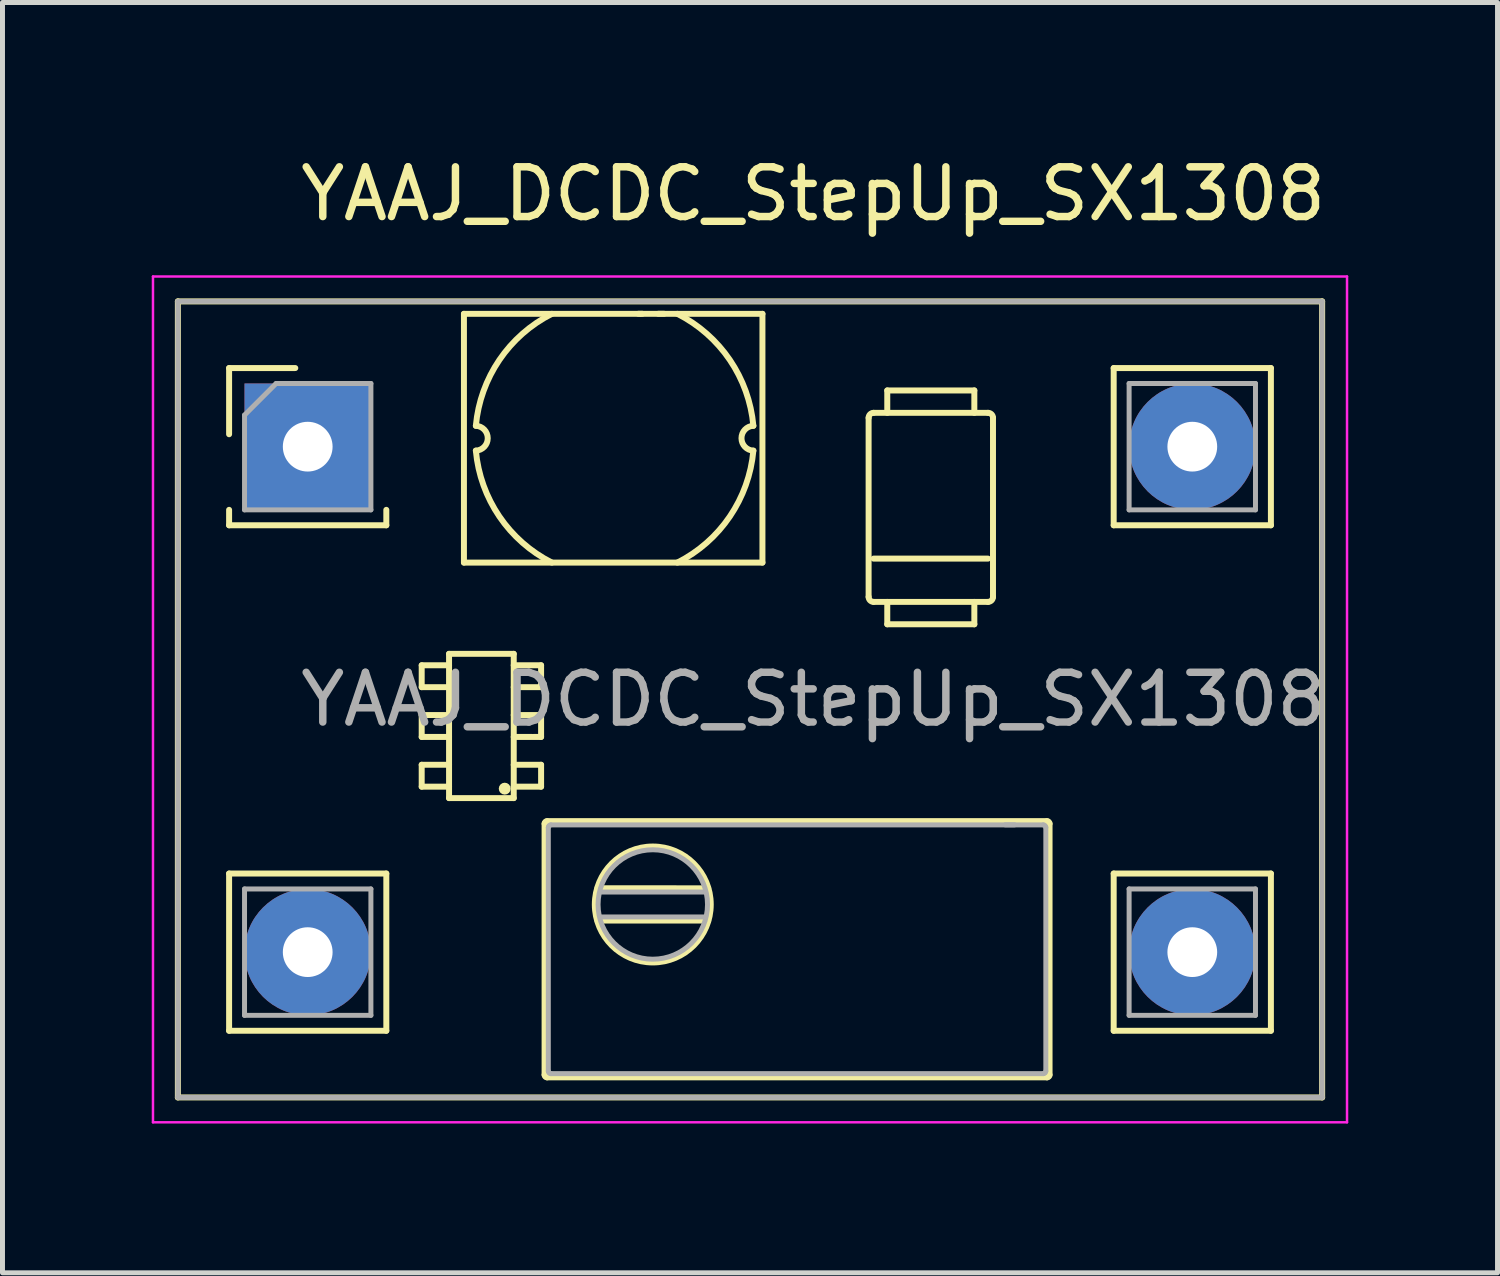
<source format=kicad_pcb>
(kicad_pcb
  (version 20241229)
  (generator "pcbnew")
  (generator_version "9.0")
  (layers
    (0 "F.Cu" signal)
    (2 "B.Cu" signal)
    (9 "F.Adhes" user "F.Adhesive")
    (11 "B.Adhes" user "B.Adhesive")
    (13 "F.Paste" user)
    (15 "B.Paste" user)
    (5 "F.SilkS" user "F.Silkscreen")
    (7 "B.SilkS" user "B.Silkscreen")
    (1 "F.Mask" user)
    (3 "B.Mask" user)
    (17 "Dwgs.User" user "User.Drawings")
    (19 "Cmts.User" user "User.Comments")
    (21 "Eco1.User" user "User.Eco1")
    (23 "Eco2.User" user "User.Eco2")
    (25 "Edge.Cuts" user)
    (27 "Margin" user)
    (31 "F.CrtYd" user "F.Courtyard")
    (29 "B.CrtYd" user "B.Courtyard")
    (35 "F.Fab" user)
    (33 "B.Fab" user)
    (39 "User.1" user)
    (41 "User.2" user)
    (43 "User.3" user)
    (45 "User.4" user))
  (footprint "YAAJ_DCDC_StepUp_SX1308"
    (layer "F.Cu")
    (at 3.135 5.928)
    (property "Reference" "YAAJ_DCDC_StepUp_SX1308" (at 10.16 -5.08 0) (layer "F.SilkS") (effects (font (size 1 1) (thickness 0.15))))
    (attr through_hole)
    (fp_line (start -2.61 -2.92) (end -2.61 13.08) (stroke (width 0.12) (type solid)) (layer "F.SilkS"))
    (fp_line (start -2.61 13.08) (end 20.39 13.08) (stroke (width 0.12) (type solid)) (layer "F.SilkS"))
    (fp_line (start -1.58 -1.58) (end -0.25 -1.58) (stroke (width 0.12) (type solid)) (layer "F.SilkS"))
    (fp_line (start -1.58 -0.25) (end -1.58 -1.58) (stroke (width 0.12) (type solid)) (layer "F.SilkS"))
    (fp_line (start -1.58 1.27) (end -1.58 1.58) (stroke (width 0.12) (type solid)) (layer "F.SilkS"))
    (fp_line (start -1.58 1.58) (end 1.58 1.58) (stroke (width 0.12) (type solid)) (layer "F.SilkS"))
    (fp_line (start -1.58 8.58) (end 1.58 8.58) (stroke (width 0.12) (type solid)) (layer "F.SilkS"))
    (fp_line (start -1.58 11.74) (end -1.58 8.58) (stroke (width 0.12) (type solid)) (layer "F.SilkS"))
    (fp_line (start -1.58 11.74) (end 1.58 11.74) (stroke (width 0.12) (type solid)) (layer "F.SilkS"))
    (fp_line (start 1.58 1.27) (end 1.58 1.58) (stroke (width 0.12) (type solid)) (layer "F.SilkS"))
    (fp_line (start 1.58 8.58) (end 1.58 11.74) (stroke (width 0.12) (type solid)) (layer "F.SilkS"))
    (fp_line (start 2.291 4.394) (end 2.291 4.834) (stroke (width 0.12) (type solid)) (layer "F.SilkS"))
    (fp_line (start 2.291 4.394) (end 2.841 4.394) (stroke (width 0.12) (type solid)) (layer "F.SilkS"))
    (fp_line (start 2.291 4.834) (end 2.841 4.834) (stroke (width 0.12) (type solid)) (layer "F.SilkS"))
    (fp_line (start 2.291 5.394) (end 2.291 5.834) (stroke (width 0.12) (type solid)) (layer "F.SilkS"))
    (fp_line (start 2.291 6.394) (end 2.291 6.834) (stroke (width 0.12) (type solid)) (layer "F.SilkS"))
    (fp_line (start 2.291 6.394) (end 2.841 6.394) (stroke (width 0.12) (type solid)) (layer "F.SilkS"))
    (fp_line (start 2.291 6.834) (end 2.841 6.834) (stroke (width 0.12) (type solid)) (layer "F.SilkS"))
    (fp_line (start 2.841 5.394) (end 2.291 5.394) (stroke (width 0.12) (type solid)) (layer "F.SilkS"))
    (fp_line (start 2.841 5.834) (end 2.291 5.834) (stroke (width 0.12) (type solid)) (layer "F.SilkS"))
    (fp_line (start 2.841 7.064) (end 2.841 4.164) (stroke (width 0.12) (type solid)) (layer "F.SilkS"))
    (fp_line (start 3.14 -2.67) (end 3.14 2.33) (stroke (width 0.12) (type solid)) (layer "F.SilkS"))
    (fp_line (start 3.14 -2.67) (end 9.14 -2.67) (stroke (width 0.12) (type solid)) (layer "F.SilkS"))
    (fp_line (start 4.141 4.164) (end 2.841 4.164) (stroke (width 0.12) (type solid)) (layer "F.SilkS"))
    (fp_line (start 4.141 7.064) (end 2.841 7.064) (stroke (width 0.12) (type solid)) (layer "F.SilkS"))
    (fp_line (start 4.141 7.064) (end 4.141 4.164) (stroke (width 0.12) (type solid)) (layer "F.SilkS"))
    (fp_line (start 4.507 5.834) (end 4.141 5.834) (stroke (width 0.12) (type solid)) (layer "F.SilkS"))
    (fp_line (start 4.691 4.394) (end 4.141 4.394) (stroke (width 0.12) (type solid)) (layer "F.SilkS"))
    (fp_line (start 4.691 4.394) (end 4.691 4.834) (stroke (width 0.12) (type solid)) (layer "F.SilkS"))
    (fp_line (start 4.691 4.834) (end 4.141 4.834) (stroke (width 0.12) (type solid)) (layer "F.SilkS"))
    (fp_line (start 4.691 5.394) (end 4.141 5.394) (stroke (width 0.12) (type solid)) (layer "F.SilkS"))
    (fp_line (start 4.691 5.394) (end 4.691 5.834) (stroke (width 0.12) (type solid)) (layer "F.SilkS"))
    (fp_line (start 4.691 5.834) (end 4.543 5.834) (stroke (width 0.12) (type solid)) (layer "F.SilkS"))
    (fp_line (start 4.691 6.394) (end 4.141 6.394) (stroke (width 0.12) (type solid)) (layer "F.SilkS"))
    (fp_line (start 4.691 6.394) (end 4.691 6.834) (stroke (width 0.12) (type solid)) (layer "F.SilkS"))
    (fp_line (start 4.691 6.834) (end 4.141 6.834) (stroke (width 0.12) (type solid)) (layer "F.SilkS"))
    (fp_line (start 4.761 12.627) (end 4.761 7.577) (stroke (width 0.12) (type solid)) (layer "F.SilkS"))
    (fp_line (start 4.811 7.527) (end 14.861 7.527) (stroke (width 0.12) (type solid)) (layer "F.SilkS"))
    (fp_line (start 5.825 9.525) (end 8.05 9.525) (stroke (width 0.12) (type solid)) (layer "F.SilkS"))
    (fp_line (start 6.674 -2.671) (end 6.647 -2.671) (stroke (width 0.12) (type solid)) (layer "F.SilkS"))
    (fp_line (start 6.724 -2.671) (end 6.703 -2.671) (stroke (width 0.12) (type solid)) (layer "F.SilkS"))
    (fp_line (start 7.161 -2.671) (end 7.048 -2.671) (stroke (width 0.12) (type solid)) (layer "F.SilkS"))
    (fp_line (start 8.05 8.877) (end 5.825 8.875) (stroke (width 0.12) (type solid)) (layer "F.SilkS"))
    (fp_line (start 9.14 2.33) (end 3.14 2.33) (stroke (width 0.12) (type solid)) (layer "F.SilkS"))
    (fp_line (start 9.14 2.33) (end 9.14 -2.67) (stroke (width 0.12) (type solid)) (layer "F.SilkS"))
    (fp_line (start 11.274 3.02) (end 11.274 -0.58) (stroke (width 0.12) (type solid)) (layer "F.SilkS"))
    (fp_line (start 11.374 -0.68) (end 13.674 -0.68) (stroke (width 0.12) (type solid)) (layer "F.SilkS"))
    (fp_line (start 11.649 -1.13) (end 13.399 -1.13) (stroke (width 0.12) (type solid)) (layer "F.SilkS"))
    (fp_line (start 11.649 -0.68) (end 11.649 -1.13) (stroke (width 0.12) (type solid)) (layer "F.SilkS"))
    (fp_line (start 11.649 3.57) (end 11.649 3.12) (stroke (width 0.12) (type solid)) (layer "F.SilkS"))
    (fp_line (start 13.399 -1.13) (end 13.399 -0.68) (stroke (width 0.12) (type solid)) (layer "F.SilkS"))
    (fp_line (start 13.399 3.12) (end 13.399 3.57) (stroke (width 0.12) (type solid)) (layer "F.SilkS"))
    (fp_line (start 13.399 3.57) (end 11.649 3.57) (stroke (width 0.12) (type solid)) (layer "F.SilkS"))
    (fp_line (start 13.674 2.25) (end 11.374 2.25) (stroke (width 0.12) (type solid)) (layer "F.SilkS"))
    (fp_line (start 13.674 3.12) (end 11.374 3.12) (stroke (width 0.12) (type solid)) (layer "F.SilkS"))
    (fp_line (start 13.774 -0.58) (end 13.774 3.02) (stroke (width 0.12) (type solid)) (layer "F.SilkS"))
    (fp_line (start 14.861 12.677) (end 4.811 12.677) (stroke (width 0.12) (type solid)) (layer "F.SilkS"))
    (fp_line (start 14.911 7.577) (end 14.911 12.627) (stroke (width 0.12) (type solid)) (layer "F.SilkS"))
    (fp_line (start 16.2 -1.58) (end 19.36 -1.58) (stroke (width 0.12) (type solid)) (layer "F.SilkS"))
    (fp_line (start 16.2 1.58) (end 16.2 -1.58) (stroke (width 0.12) (type solid)) (layer "F.SilkS"))
    (fp_line (start 16.2 1.58) (end 19.36 1.58) (stroke (width 0.12) (type solid)) (layer "F.SilkS"))
    (fp_line (start 16.2 8.58) (end 19.36 8.58) (stroke (width 0.12) (type solid)) (layer "F.SilkS"))
    (fp_line (start 16.2 11.74) (end 16.2 8.58) (stroke (width 0.12) (type solid)) (layer "F.SilkS"))
    (fp_line (start 16.2 11.74) (end 19.36 11.74) (stroke (width 0.12) (type solid)) (layer "F.SilkS"))
    (fp_line (start 19.36 -1.58) (end 19.36 1.58) (stroke (width 0.12) (type solid)) (layer "F.SilkS"))
    (fp_line (start 19.36 8.58) (end 19.36 11.74) (stroke (width 0.12) (type solid)) (layer "F.SilkS"))
    (fp_line (start 20.39 -2.92) (end -2.61 -2.92) (stroke (width 0.12) (type solid)) (layer "F.SilkS"))
    (fp_line (start 20.39 13.08) (end 20.39 -2.92) (stroke (width 0.12) (type solid)) (layer "F.SilkS"))
    (fp_arc (start 3.379787 -0.41975) (mid 3.618626 -0.17) (end 3.379788 0.07975) (stroke (width 0.12) (type solid)) (layer "F.SilkS"))
    (fp_arc (start 3.379789 -0.41975) (mid 3.852142 -1.74286) (end 4.907675 -2.669999) (stroke (width 0.12) (type solid)) (layer "F.SilkS"))
    (fp_arc (start 4.760943 7.577113) (mid 4.775588 7.541758) (end 4.810943 7.527113) (stroke (width 0.12) (type solid)) (layer "F.SilkS"))
    (fp_arc (start 4.810943 12.677113) (mid 4.775588 12.662468) (end 4.760943 12.627113) (stroke (width 0.12) (type solid)) (layer "F.SilkS"))
    (fp_arc (start 4.907674 2.329999) (mid 3.852141 1.40286) (end 3.379788 0.07975) (stroke (width 0.12) (type solid)) (layer "F.SilkS"))
    (fp_arc (start 7.42958 -2.669999) (mid 8.485113 -1.74286) (end 8.957466 -0.41975) (stroke (width 0.12) (type solid)) (layer "F.SilkS"))
    (fp_arc (start 8.957465 0.07975) (mid 8.485112 1.40286) (end 7.429579 2.329999) (stroke (width 0.12) (type solid)) (layer "F.SilkS"))
    (fp_arc (start 8.957467 0.07975) (mid 8.718628 -0.17) (end 8.957466 -0.41975) (stroke (width 0.12) (type solid)) (layer "F.SilkS"))
    (fp_arc (start 11.274314 -0.580209) (mid 11.303603 -0.65092) (end 11.374314 -0.680209) (stroke (width 0.12) (type solid)) (layer "F.SilkS"))
    (fp_arc (start 11.374314 3.11979) (mid 11.303603 3.090501) (end 11.274314 3.01979) (stroke (width 0.12) (type solid)) (layer "F.SilkS"))
    (fp_arc (start 13.674314 -0.680209) (mid 13.745025 -0.65092) (end 13.774314 -0.580209) (stroke (width 0.12) (type solid)) (layer "F.SilkS"))
    (fp_arc (start 13.774314 3.01979) (mid 13.745025 3.090501) (end 13.674314 3.11979) (stroke (width 0.12) (type solid)) (layer "F.SilkS"))
    (fp_arc (start 14.860943 7.527113) (mid 14.896298 7.541758) (end 14.910943 7.577113) (stroke (width 0.12) (type solid)) (layer "F.SilkS"))
    (fp_arc (start 14.910943 12.627113) (mid 14.896298 12.662468) (end 14.860943 12.677113) (stroke (width 0.12) (type solid)) (layer "F.SilkS"))
    (fp_circle (center 3.96 6.874) (end 4.02 6.874) (stroke (width 0.12) (type solid)) (fill no) (layer "F.SilkS"))
    (fp_circle (center 6.936 9.202) (end 8.111 9.202) (stroke (width 0.1) (type solid)) (fill no) (layer "F.SilkS"))
    (fp_line (start -3.11 -3.42) (end -3.11 13.58) (stroke (width 0.05) (type solid)) (layer "F.CrtYd"))
    (fp_line (start -3.11 13.58) (end 20.89 13.58) (stroke (width 0.05) (type solid)) (layer "F.CrtYd"))
    (fp_line (start 20.89 -3.42) (end -3.11 -3.42) (stroke (width 0.05) (type solid)) (layer "F.CrtYd"))
    (fp_line (start 20.89 13.58) (end 20.89 -3.42) (stroke (width 0.05) (type solid)) (layer "F.CrtYd"))
    (fp_line (start -2.61 -2.92) (end -2.61 13.08) (stroke (width 0.1) (type solid)) (layer "F.Fab"))
    (fp_line (start -2.61 13.08) (end 20.39 13.08) (stroke (width 0.1) (type solid)) (layer "F.Fab"))
    (fp_line (start -1.27 -0.635) (end -0.635 -1.27) (stroke (width 0.1) (type solid)) (layer "F.Fab"))
    (fp_line (start -1.27 1.27) (end -1.27 -0.635) (stroke (width 0.1) (type solid)) (layer "F.Fab"))
    (fp_line (start -1.27 8.89) (end 1.27 8.89) (stroke (width 0.1) (type solid)) (layer "F.Fab"))
    (fp_line (start -1.27 11.43) (end -1.27 8.89) (stroke (width 0.1) (type solid)) (layer "F.Fab"))
    (fp_line (start -0.635 -1.27) (end 1.27 -1.27) (stroke (width 0.1) (type solid)) (layer "F.Fab"))
    (fp_line (start 1.27 -1.27) (end 1.27 1.27) (stroke (width 0.1) (type solid)) (layer "F.Fab"))
    (fp_line (start 1.27 1.27) (end -1.27 1.27) (stroke (width 0.1) (type solid)) (layer "F.Fab"))
    (fp_line (start 1.27 8.89) (end 1.27 11.43) (stroke (width 0.1) (type solid)) (layer "F.Fab"))
    (fp_line (start 1.27 11.43) (end -1.27 11.43) (stroke (width 0.1) (type solid)) (layer "F.Fab"))
    (fp_line (start 4.836 12.552) (end 4.836 7.652) (stroke (width 0.1) (type solid)) (layer "F.Fab"))
    (fp_line (start 4.886 7.602) (end 14.786 7.602) (stroke (width 0.1) (type solid)) (layer "F.Fab"))
    (fp_line (start 5.897 9.452) (end 7.975 9.452) (stroke (width 0.1) (type solid)) (layer "F.Fab"))
    (fp_line (start 7.975 8.952) (end 5.897 8.952) (stroke (width 0.1) (type solid)) (layer "F.Fab"))
    (fp_line (start 14.208 7.601) (end 14.019 7.601) (stroke (width 0.1) (type solid)) (layer "F.Fab"))
    (fp_line (start 14.786 12.602) (end 4.886 12.602) (stroke (width 0.1) (type solid)) (layer "F.Fab"))
    (fp_line (start 14.836 7.652) (end 14.836 12.552) (stroke (width 0.1) (type solid)) (layer "F.Fab"))
    (fp_line (start 16.51 -1.27) (end 19.05 -1.27) (stroke (width 0.1) (type solid)) (layer "F.Fab"))
    (fp_line (start 16.51 1.27) (end 16.51 -1.27) (stroke (width 0.1) (type solid)) (layer "F.Fab"))
    (fp_line (start 16.51 8.89) (end 19.05 8.89) (stroke (width 0.1) (type solid)) (layer "F.Fab"))
    (fp_line (start 16.51 11.43) (end 16.51 8.89) (stroke (width 0.1) (type solid)) (layer "F.Fab"))
    (fp_line (start 19.05 -1.27) (end 19.05 1.27) (stroke (width 0.1) (type solid)) (layer "F.Fab"))
    (fp_line (start 19.05 1.27) (end 16.51 1.27) (stroke (width 0.1) (type solid)) (layer "F.Fab"))
    (fp_line (start 19.05 8.89) (end 19.05 11.43) (stroke (width 0.1) (type solid)) (layer "F.Fab"))
    (fp_line (start 19.05 11.43) (end 16.51 11.43) (stroke (width 0.1) (type solid)) (layer "F.Fab"))
    (fp_line (start 20.39 -2.92) (end -2.61 -2.92) (stroke (width 0.1) (type solid)) (layer "F.Fab"))
    (fp_line (start 20.39 13.08) (end 20.39 -2.92) (stroke (width 0.1) (type solid)) (layer "F.Fab"))
    (fp_arc (start 4.835943 7.652113) (mid 4.850588 7.616758) (end 4.885943 7.602113) (stroke (width 0.1) (type solid)) (layer "F.Fab"))
    (fp_arc (start 4.885943 12.602113) (mid 4.850588 12.587468) (end 4.835943 12.552113) (stroke (width 0.1) (type solid)) (layer "F.Fab"))
    (fp_arc (start 14.785943 7.602113) (mid 14.821298 7.616758) (end 14.835943 7.652113) (stroke (width 0.1) (type solid)) (layer "F.Fab"))
    (fp_arc (start 14.835943 12.552113) (mid 14.821298 12.587468) (end 14.785943 12.602113) (stroke (width 0.1) (type solid)) (layer "F.Fab"))
    (fp_circle (center 6.936 9.202) (end 8.036 9.202) (stroke (width 0.1) (type solid)) (fill no) (layer "F.Fab"))
    (fp_text user "${REFERENCE}" (at 10.16 5.08 180) (layer "F.Fab") (effects (font (size 1 1) (thickness 0.15))))
    (pad "1" thru_hole rect (at 0 0) (size 2.54 2.54) (drill 1) (layers "*.Cu" "*.Mask"))
    (pad "2" thru_hole circle (at 0 10.16) (size 2.54 2.54) (drill 1) (layers "*.Cu" "*.Mask"))
    (pad "3" thru_hole circle (at 17.78 10.16) (size 2.54 2.54) (drill 1) (layers "*.Cu" "*.Mask"))
    (pad "4" thru_hole circle (at 17.78 0) (size 2.54 2.54) (drill 1) (layers "*.Cu" "*.Mask")))
  (gr_rect
    (start -3 -3)
    (end 27.05 22.533)
    (stroke (width 0.1) (type default))
    (fill no)
    (layer "Edge.Cuts")))
</source>
